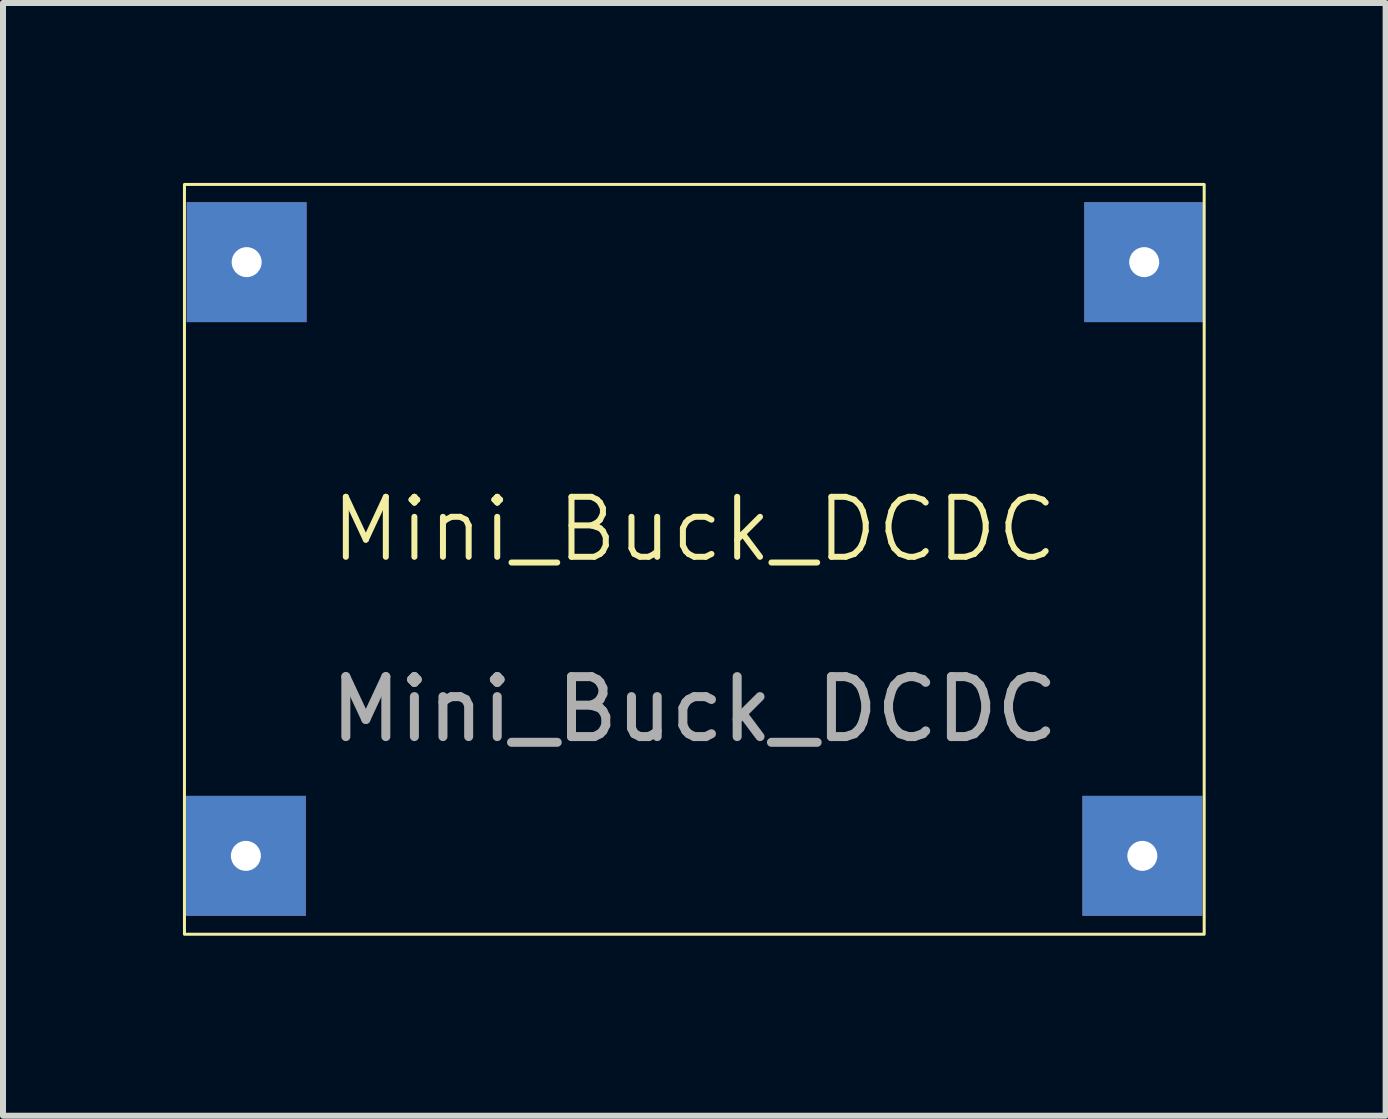
<source format=kicad_pcb>
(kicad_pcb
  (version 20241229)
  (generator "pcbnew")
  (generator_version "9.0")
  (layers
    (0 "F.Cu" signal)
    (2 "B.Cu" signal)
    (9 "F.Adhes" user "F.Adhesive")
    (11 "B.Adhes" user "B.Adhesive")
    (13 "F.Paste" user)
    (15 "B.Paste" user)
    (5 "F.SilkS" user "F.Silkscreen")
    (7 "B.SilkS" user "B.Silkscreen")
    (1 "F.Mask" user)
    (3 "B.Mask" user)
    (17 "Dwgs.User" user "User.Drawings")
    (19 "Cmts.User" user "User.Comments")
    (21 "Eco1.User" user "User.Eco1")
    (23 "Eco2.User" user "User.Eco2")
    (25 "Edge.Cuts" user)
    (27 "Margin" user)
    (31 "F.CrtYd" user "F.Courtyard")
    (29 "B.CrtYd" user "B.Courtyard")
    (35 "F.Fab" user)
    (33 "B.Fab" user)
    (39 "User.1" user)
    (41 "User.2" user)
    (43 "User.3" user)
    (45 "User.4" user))
  (footprint "Mini_Buck_DCDC"
    (layer "F.Cu")
    (at 8.525 6.275)
    (property "Reference" "Mini_Buck_DCDC" (at 0 -0.5 0) (unlocked yes) (layer "F.SilkS") (effects (font (size 1 1) (thickness 0.1))))
    (attr through_hole)
    (fp_rect (start -8.5 -6.25) (end 8.5 6.25) (stroke (width 0.05) (type solid)) (fill no) (layer "F.SilkS"))
    (fp_text user "${REFERENCE}" (at 0 2.5 0) (unlocked yes) (layer "F.Fab") (effects (font (size 1 1) (thickness 0.15))))
    (pad "1" thru_hole rect (at -7.463 -4.955) (size 2 2) (drill 0.5) (layers "*.Cu" "*.Mask"))
    (pad "2" thru_hole rect (at -7.476 4.943) (size 2 2) (drill 0.5) (layers "*.Cu" "*.Mask"))
    (pad "3" thru_hole rect (at 7.5 -4.955) (size 2 2) (drill 0.5) (layers "*.Cu" "*.Mask"))
    (pad "4" thru_hole rect (at 7.469 4.943) (size 2 2) (drill 0.5) (layers "*.Cu" "*.Mask")))
  (gr_rect
    (start -3 -3)
    (end 20.05 15.55)
    (stroke (width 0.1) (type default))
    (fill no)
    (layer "Edge.Cuts")))
</source>
